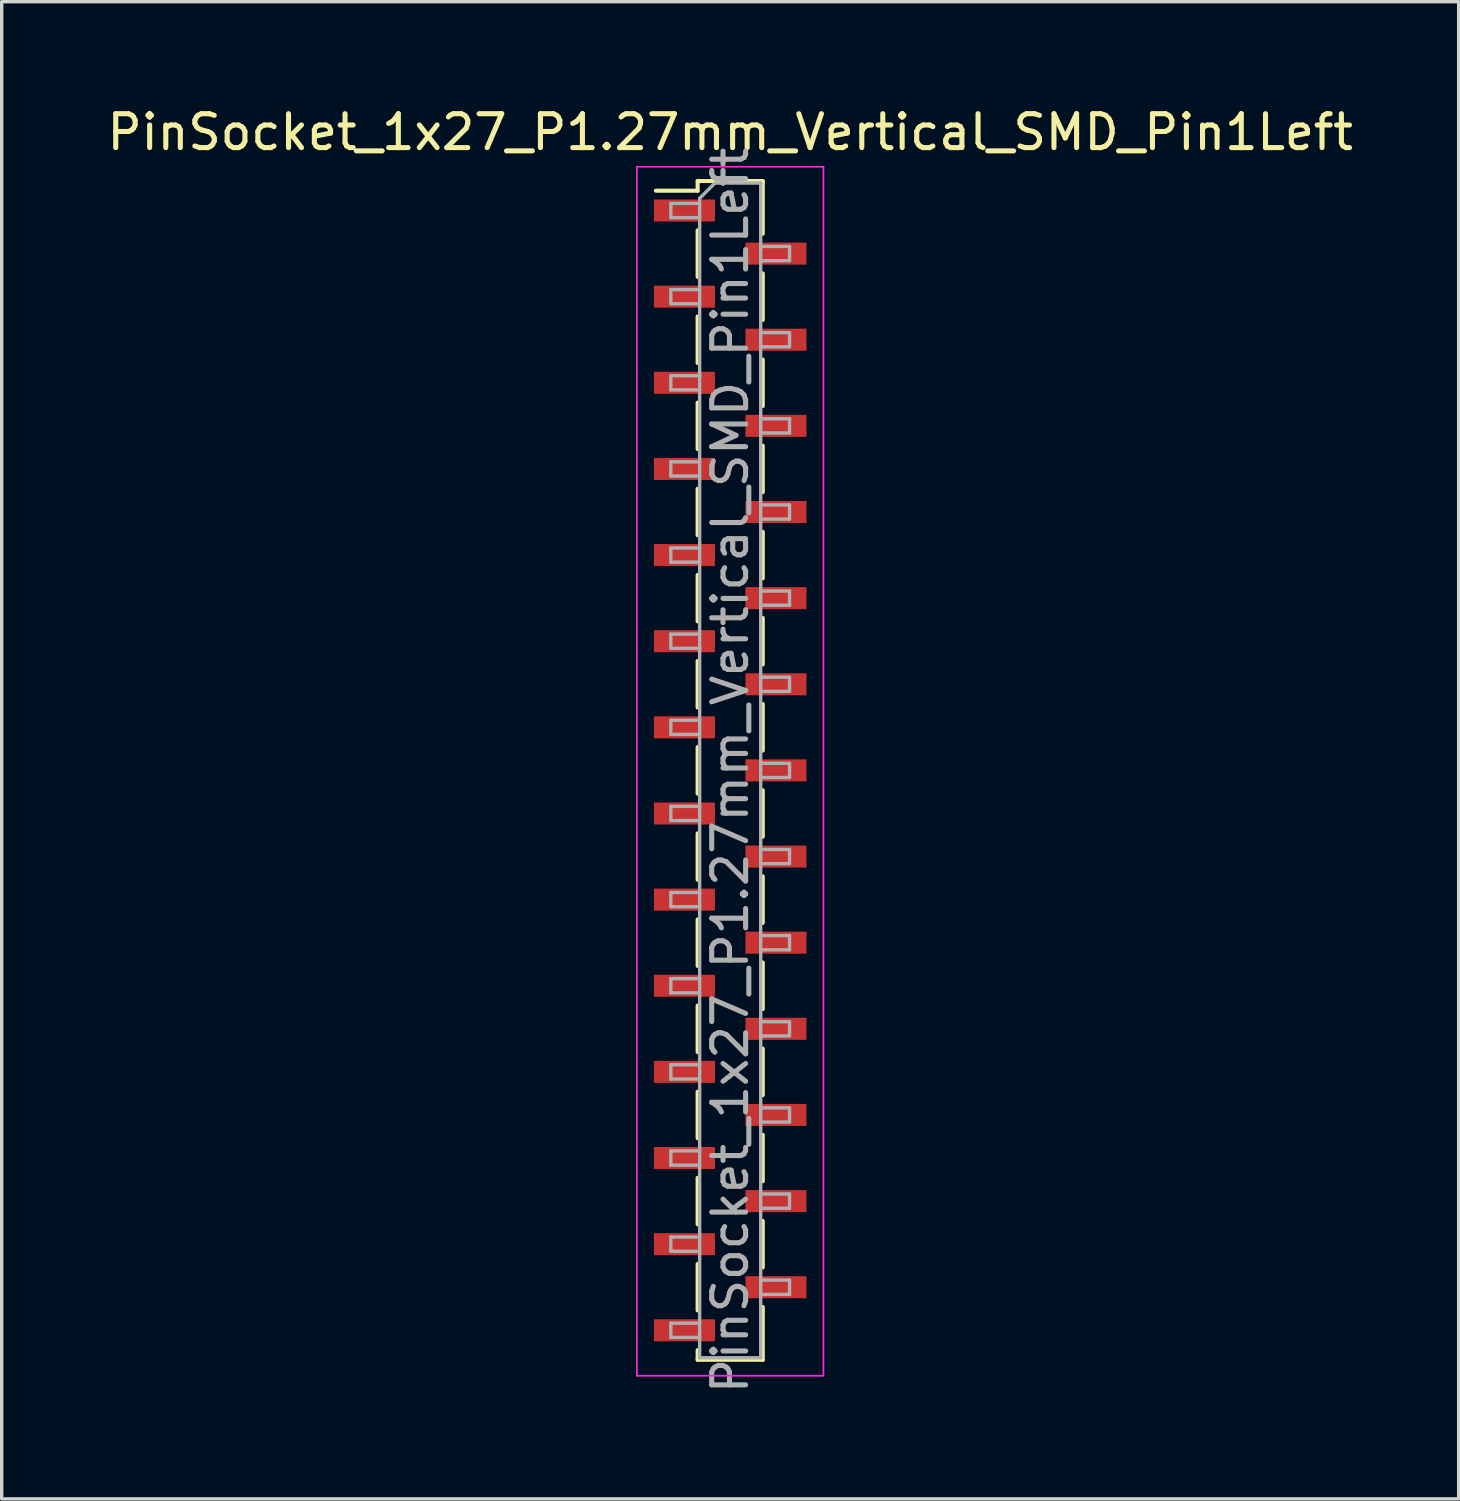
<source format=kicad_pcb>
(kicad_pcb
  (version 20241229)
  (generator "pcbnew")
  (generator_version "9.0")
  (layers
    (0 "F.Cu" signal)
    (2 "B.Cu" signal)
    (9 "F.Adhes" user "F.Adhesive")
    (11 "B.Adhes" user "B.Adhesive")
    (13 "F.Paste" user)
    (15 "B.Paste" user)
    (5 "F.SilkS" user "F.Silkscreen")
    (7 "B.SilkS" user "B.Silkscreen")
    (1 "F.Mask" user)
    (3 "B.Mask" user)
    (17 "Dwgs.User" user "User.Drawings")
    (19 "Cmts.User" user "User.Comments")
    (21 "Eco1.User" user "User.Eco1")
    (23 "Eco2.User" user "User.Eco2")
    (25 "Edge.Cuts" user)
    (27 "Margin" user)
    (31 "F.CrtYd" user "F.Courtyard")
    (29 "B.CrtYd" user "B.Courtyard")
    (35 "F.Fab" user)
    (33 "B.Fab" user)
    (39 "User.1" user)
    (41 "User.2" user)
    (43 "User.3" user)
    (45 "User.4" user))
  (footprint "PinSocket_1x27_P1.27mm_Vertical_SMD_Pin1Left"
    (layer "F.Cu")
    (at 18.482 19.668)
    (property "Reference" "PinSocket_1x27_P1.27mm_Vertical_SMD_Pin1Left" (at 0 -18.82 0) (layer "F.SilkS") (effects (font (size 1 1) (thickness 0.15))))
    (attr smd)
    (fp_line (start -2.19 -17.095) (end -0.96 -17.095) (stroke (width 0.12) (type solid)) (layer "F.SilkS"))
    (fp_line (start -0.96 -17.38) (end -0.96 -17.095) (stroke (width 0.12) (type solid)) (layer "F.SilkS"))
    (fp_line (start -0.96 -17.38) (end 0.96 -17.38) (stroke (width 0.12) (type solid)) (layer "F.SilkS"))
    (fp_line (start -0.96 -15.925) (end -0.96 -14.555) (stroke (width 0.12) (type solid)) (layer "F.SilkS"))
    (fp_line (start -0.96 -13.385) (end -0.96 -12.015) (stroke (width 0.12) (type solid)) (layer "F.SilkS"))
    (fp_line (start -0.96 -10.845) (end -0.96 -9.475) (stroke (width 0.12) (type solid)) (layer "F.SilkS"))
    (fp_line (start -0.96 -8.305) (end -0.96 -6.935) (stroke (width 0.12) (type solid)) (layer "F.SilkS"))
    (fp_line (start -0.96 -5.765) (end -0.96 -4.395) (stroke (width 0.12) (type solid)) (layer "F.SilkS"))
    (fp_line (start -0.96 -3.225) (end -0.96 -1.855) (stroke (width 0.12) (type solid)) (layer "F.SilkS"))
    (fp_line (start -0.96 -0.685) (end -0.96 0.685) (stroke (width 0.12) (type solid)) (layer "F.SilkS"))
    (fp_line (start -0.96 1.855) (end -0.96 3.225) (stroke (width 0.12) (type solid)) (layer "F.SilkS"))
    (fp_line (start -0.96 4.395) (end -0.96 5.765) (stroke (width 0.12) (type solid)) (layer "F.SilkS"))
    (fp_line (start -0.96 6.935) (end -0.96 8.305) (stroke (width 0.12) (type solid)) (layer "F.SilkS"))
    (fp_line (start -0.96 9.475) (end -0.96 10.845) (stroke (width 0.12) (type solid)) (layer "F.SilkS"))
    (fp_line (start -0.96 12.015) (end -0.96 13.385) (stroke (width 0.12) (type solid)) (layer "F.SilkS"))
    (fp_line (start -0.96 14.555) (end -0.96 15.925) (stroke (width 0.12) (type solid)) (layer "F.SilkS"))
    (fp_line (start -0.96 17.095) (end -0.96 17.38) (stroke (width 0.12) (type solid)) (layer "F.SilkS"))
    (fp_line (start -0.96 17.38) (end 0.96 17.38) (stroke (width 0.12) (type solid)) (layer "F.SilkS"))
    (fp_line (start 0.96 -17.38) (end 0.96 -15.825) (stroke (width 0.12) (type solid)) (layer "F.SilkS"))
    (fp_line (start 0.96 -14.655) (end 0.96 -13.285) (stroke (width 0.12) (type solid)) (layer "F.SilkS"))
    (fp_line (start 0.96 -12.115) (end 0.96 -10.745) (stroke (width 0.12) (type solid)) (layer "F.SilkS"))
    (fp_line (start 0.96 -9.575) (end 0.96 -8.205) (stroke (width 0.12) (type solid)) (layer "F.SilkS"))
    (fp_line (start 0.96 -7.035) (end 0.96 -5.665) (stroke (width 0.12) (type solid)) (layer "F.SilkS"))
    (fp_line (start 0.96 -4.495) (end 0.96 -3.125) (stroke (width 0.12) (type solid)) (layer "F.SilkS"))
    (fp_line (start 0.96 -1.955) (end 0.96 -0.585) (stroke (width 0.12) (type solid)) (layer "F.SilkS"))
    (fp_line (start 0.96 0.585) (end 0.96 1.955) (stroke (width 0.12) (type solid)) (layer "F.SilkS"))
    (fp_line (start 0.96 3.125) (end 0.96 4.495) (stroke (width 0.12) (type solid)) (layer "F.SilkS"))
    (fp_line (start 0.96 5.665) (end 0.96 7.035) (stroke (width 0.12) (type solid)) (layer "F.SilkS"))
    (fp_line (start 0.96 8.205) (end 0.96 9.575) (stroke (width 0.12) (type solid)) (layer "F.SilkS"))
    (fp_line (start 0.96 10.745) (end 0.96 12.115) (stroke (width 0.12) (type solid)) (layer "F.SilkS"))
    (fp_line (start 0.96 13.285) (end 0.96 14.655) (stroke (width 0.12) (type solid)) (layer "F.SilkS"))
    (fp_line (start 0.96 15.825) (end 0.96 17.38) (stroke (width 0.12) (type solid)) (layer "F.SilkS"))
    (fp_line (start -2.75 -17.8) (end 2.75 -17.8) (stroke (width 0.05) (type solid)) (layer "F.CrtYd"))
    (fp_line (start -2.75 17.85) (end -2.75 -17.8) (stroke (width 0.05) (type solid)) (layer "F.CrtYd"))
    (fp_line (start 2.75 -17.8) (end 2.75 17.85) (stroke (width 0.05) (type solid)) (layer "F.CrtYd"))
    (fp_line (start 2.75 17.85) (end -2.75 17.85) (stroke (width 0.05) (type solid)) (layer "F.CrtYd"))
    (fp_line (start -1.75 -16.72) (end -0.9 -16.72) (stroke (width 0.1) (type solid)) (layer "F.Fab"))
    (fp_line (start -1.75 -16.3) (end -1.75 -16.72) (stroke (width 0.1) (type solid)) (layer "F.Fab"))
    (fp_line (start -1.75 -14.18) (end -0.9 -14.18) (stroke (width 0.1) (type solid)) (layer "F.Fab"))
    (fp_line (start -1.75 -13.76) (end -1.75 -14.18) (stroke (width 0.1) (type solid)) (layer "F.Fab"))
    (fp_line (start -1.75 -11.64) (end -0.9 -11.64) (stroke (width 0.1) (type solid)) (layer "F.Fab"))
    (fp_line (start -1.75 -11.22) (end -1.75 -11.64) (stroke (width 0.1) (type solid)) (layer "F.Fab"))
    (fp_line (start -1.75 -9.1) (end -0.9 -9.1) (stroke (width 0.1) (type solid)) (layer "F.Fab"))
    (fp_line (start -1.75 -8.68) (end -1.75 -9.1) (stroke (width 0.1) (type solid)) (layer "F.Fab"))
    (fp_line (start -1.75 -6.56) (end -0.9 -6.56) (stroke (width 0.1) (type solid)) (layer "F.Fab"))
    (fp_line (start -1.75 -6.14) (end -1.75 -6.56) (stroke (width 0.1) (type solid)) (layer "F.Fab"))
    (fp_line (start -1.75 -4.02) (end -0.9 -4.02) (stroke (width 0.1) (type solid)) (layer "F.Fab"))
    (fp_line (start -1.75 -3.6) (end -1.75 -4.02) (stroke (width 0.1) (type solid)) (layer "F.Fab"))
    (fp_line (start -1.75 -1.48) (end -0.9 -1.48) (stroke (width 0.1) (type solid)) (layer "F.Fab"))
    (fp_line (start -1.75 -1.06) (end -1.75 -1.48) (stroke (width 0.1) (type solid)) (layer "F.Fab"))
    (fp_line (start -1.75 1.06) (end -0.9 1.06) (stroke (width 0.1) (type solid)) (layer "F.Fab"))
    (fp_line (start -1.75 1.48) (end -1.75 1.06) (stroke (width 0.1) (type solid)) (layer "F.Fab"))
    (fp_line (start -1.75 3.6) (end -0.9 3.6) (stroke (width 0.1) (type solid)) (layer "F.Fab"))
    (fp_line (start -1.75 4.02) (end -1.75 3.6) (stroke (width 0.1) (type solid)) (layer "F.Fab"))
    (fp_line (start -1.75 6.14) (end -0.9 6.14) (stroke (width 0.1) (type solid)) (layer "F.Fab"))
    (fp_line (start -1.75 6.56) (end -1.75 6.14) (stroke (width 0.1) (type solid)) (layer "F.Fab"))
    (fp_line (start -1.75 8.68) (end -0.9 8.68) (stroke (width 0.1) (type solid)) (layer "F.Fab"))
    (fp_line (start -1.75 9.1) (end -1.75 8.68) (stroke (width 0.1) (type solid)) (layer "F.Fab"))
    (fp_line (start -1.75 11.22) (end -0.9 11.22) (stroke (width 0.1) (type solid)) (layer "F.Fab"))
    (fp_line (start -1.75 11.64) (end -1.75 11.22) (stroke (width 0.1) (type solid)) (layer "F.Fab"))
    (fp_line (start -1.75 13.76) (end -0.9 13.76) (stroke (width 0.1) (type solid)) (layer "F.Fab"))
    (fp_line (start -1.75 14.18) (end -1.75 13.76) (stroke (width 0.1) (type solid)) (layer "F.Fab"))
    (fp_line (start -1.75 16.3) (end -0.9 16.3) (stroke (width 0.1) (type solid)) (layer "F.Fab"))
    (fp_line (start -1.75 16.72) (end -1.75 16.3) (stroke (width 0.1) (type solid)) (layer "F.Fab"))
    (fp_line (start -0.9 -16.87) (end -0.45 -17.32) (stroke (width 0.1) (type solid)) (layer "F.Fab"))
    (fp_line (start -0.9 -16.3) (end -1.75 -16.3) (stroke (width 0.1) (type solid)) (layer "F.Fab"))
    (fp_line (start -0.9 -13.76) (end -1.75 -13.76) (stroke (width 0.1) (type solid)) (layer "F.Fab"))
    (fp_line (start -0.9 -11.22) (end -1.75 -11.22) (stroke (width 0.1) (type solid)) (layer "F.Fab"))
    (fp_line (start -0.9 -8.68) (end -1.75 -8.68) (stroke (width 0.1) (type solid)) (layer "F.Fab"))
    (fp_line (start -0.9 -6.14) (end -1.75 -6.14) (stroke (width 0.1) (type solid)) (layer "F.Fab"))
    (fp_line (start -0.9 -3.6) (end -1.75 -3.6) (stroke (width 0.1) (type solid)) (layer "F.Fab"))
    (fp_line (start -0.9 -1.06) (end -1.75 -1.06) (stroke (width 0.1) (type solid)) (layer "F.Fab"))
    (fp_line (start -0.9 1.48) (end -1.75 1.48) (stroke (width 0.1) (type solid)) (layer "F.Fab"))
    (fp_line (start -0.9 4.02) (end -1.75 4.02) (stroke (width 0.1) (type solid)) (layer "F.Fab"))
    (fp_line (start -0.9 6.56) (end -1.75 6.56) (stroke (width 0.1) (type solid)) (layer "F.Fab"))
    (fp_line (start -0.9 9.1) (end -1.75 9.1) (stroke (width 0.1) (type solid)) (layer "F.Fab"))
    (fp_line (start -0.9 11.64) (end -1.75 11.64) (stroke (width 0.1) (type solid)) (layer "F.Fab"))
    (fp_line (start -0.9 14.18) (end -1.75 14.18) (stroke (width 0.1) (type solid)) (layer "F.Fab"))
    (fp_line (start -0.9 16.72) (end -1.75 16.72) (stroke (width 0.1) (type solid)) (layer "F.Fab"))
    (fp_line (start -0.9 17.32) (end -0.9 -16.87) (stroke (width 0.1) (type solid)) (layer "F.Fab"))
    (fp_line (start -0.45 -17.32) (end 0.9 -17.32) (stroke (width 0.1) (type solid)) (layer "F.Fab"))
    (fp_line (start 0.9 -17.32) (end 0.9 17.32) (stroke (width 0.1) (type solid)) (layer "F.Fab"))
    (fp_line (start 0.9 -15.45) (end 1.75 -15.45) (stroke (width 0.1) (type solid)) (layer "F.Fab"))
    (fp_line (start 0.9 -12.91) (end 1.75 -12.91) (stroke (width 0.1) (type solid)) (layer "F.Fab"))
    (fp_line (start 0.9 -10.37) (end 1.75 -10.37) (stroke (width 0.1) (type solid)) (layer "F.Fab"))
    (fp_line (start 0.9 -7.83) (end 1.75 -7.83) (stroke (width 0.1) (type solid)) (layer "F.Fab"))
    (fp_line (start 0.9 -5.29) (end 1.75 -5.29) (stroke (width 0.1) (type solid)) (layer "F.Fab"))
    (fp_line (start 0.9 -2.75) (end 1.75 -2.75) (stroke (width 0.1) (type solid)) (layer "F.Fab"))
    (fp_line (start 0.9 -0.21) (end 1.75 -0.21) (stroke (width 0.1) (type solid)) (layer "F.Fab"))
    (fp_line (start 0.9 2.33) (end 1.75 2.33) (stroke (width 0.1) (type solid)) (layer "F.Fab"))
    (fp_line (start 0.9 4.87) (end 1.75 4.87) (stroke (width 0.1) (type solid)) (layer "F.Fab"))
    (fp_line (start 0.9 7.41) (end 1.75 7.41) (stroke (width 0.1) (type solid)) (layer "F.Fab"))
    (fp_line (start 0.9 9.95) (end 1.75 9.95) (stroke (width 0.1) (type solid)) (layer "F.Fab"))
    (fp_line (start 0.9 12.49) (end 1.75 12.49) (stroke (width 0.1) (type solid)) (layer "F.Fab"))
    (fp_line (start 0.9 15.03) (end 1.75 15.03) (stroke (width 0.1) (type solid)) (layer "F.Fab"))
    (fp_line (start 0.9 17.32) (end -0.9 17.32) (stroke (width 0.1) (type solid)) (layer "F.Fab"))
    (fp_line (start 1.75 -15.45) (end 1.75 -15.03) (stroke (width 0.1) (type solid)) (layer "F.Fab"))
    (fp_line (start 1.75 -15.03) (end 0.9 -15.03) (stroke (width 0.1) (type solid)) (layer "F.Fab"))
    (fp_line (start 1.75 -12.91) (end 1.75 -12.49) (stroke (width 0.1) (type solid)) (layer "F.Fab"))
    (fp_line (start 1.75 -12.49) (end 0.9 -12.49) (stroke (width 0.1) (type solid)) (layer "F.Fab"))
    (fp_line (start 1.75 -10.37) (end 1.75 -9.95) (stroke (width 0.1) (type solid)) (layer "F.Fab"))
    (fp_line (start 1.75 -9.95) (end 0.9 -9.95) (stroke (width 0.1) (type solid)) (layer "F.Fab"))
    (fp_line (start 1.75 -7.83) (end 1.75 -7.41) (stroke (width 0.1) (type solid)) (layer "F.Fab"))
    (fp_line (start 1.75 -7.41) (end 0.9 -7.41) (stroke (width 0.1) (type solid)) (layer "F.Fab"))
    (fp_line (start 1.75 -5.29) (end 1.75 -4.87) (stroke (width 0.1) (type solid)) (layer "F.Fab"))
    (fp_line (start 1.75 -4.87) (end 0.9 -4.87) (stroke (width 0.1) (type solid)) (layer "F.Fab"))
    (fp_line (start 1.75 -2.75) (end 1.75 -2.33) (stroke (width 0.1) (type solid)) (layer "F.Fab"))
    (fp_line (start 1.75 -2.33) (end 0.9 -2.33) (stroke (width 0.1) (type solid)) (layer "F.Fab"))
    (fp_line (start 1.75 -0.21) (end 1.75 0.21) (stroke (width 0.1) (type solid)) (layer "F.Fab"))
    (fp_line (start 1.75 0.21) (end 0.9 0.21) (stroke (width 0.1) (type solid)) (layer "F.Fab"))
    (fp_line (start 1.75 2.33) (end 1.75 2.75) (stroke (width 0.1) (type solid)) (layer "F.Fab"))
    (fp_line (start 1.75 2.75) (end 0.9 2.75) (stroke (width 0.1) (type solid)) (layer "F.Fab"))
    (fp_line (start 1.75 4.87) (end 1.75 5.29) (stroke (width 0.1) (type solid)) (layer "F.Fab"))
    (fp_line (start 1.75 5.29) (end 0.9 5.29) (stroke (width 0.1) (type solid)) (layer "F.Fab"))
    (fp_line (start 1.75 7.41) (end 1.75 7.83) (stroke (width 0.1) (type solid)) (layer "F.Fab"))
    (fp_line (start 1.75 7.83) (end 0.9 7.83) (stroke (width 0.1) (type solid)) (layer "F.Fab"))
    (fp_line (start 1.75 9.95) (end 1.75 10.37) (stroke (width 0.1) (type solid)) (layer "F.Fab"))
    (fp_line (start 1.75 10.37) (end 0.9 10.37) (stroke (width 0.1) (type solid)) (layer "F.Fab"))
    (fp_line (start 1.75 12.49) (end 1.75 12.91) (stroke (width 0.1) (type solid)) (layer "F.Fab"))
    (fp_line (start 1.75 12.91) (end 0.9 12.91) (stroke (width 0.1) (type solid)) (layer "F.Fab"))
    (fp_line (start 1.75 15.03) (end 1.75 15.45) (stroke (width 0.1) (type solid)) (layer "F.Fab"))
    (fp_line (start 1.75 15.45) (end 0.9 15.45) (stroke (width 0.1) (type solid)) (layer "F.Fab"))
    (fp_text user "${REFERENCE}" (at 0 0 90) (layer "F.Fab") (effects (font (size 1 1) (thickness 0.15))))
    (pad "1" smd rect (at -1.35 -16.51) (size 1.8 0.65) (layers "F.Cu" "F.Mask" "F.Paste"))
    (pad "2" smd rect (at 1.35 -15.24) (size 1.8 0.65) (layers "F.Cu" "F.Mask" "F.Paste"))
    (pad "3" smd rect (at -1.35 -13.97) (size 1.8 0.65) (layers "F.Cu" "F.Mask" "F.Paste"))
    (pad "4" smd rect (at 1.35 -12.7) (size 1.8 0.65) (layers "F.Cu" "F.Mask" "F.Paste"))
    (pad "5" smd rect (at -1.35 -11.43) (size 1.8 0.65) (layers "F.Cu" "F.Mask" "F.Paste"))
    (pad "6" smd rect (at 1.35 -10.16) (size 1.8 0.65) (layers "F.Cu" "F.Mask" "F.Paste"))
    (pad "7" smd rect (at -1.35 -8.89) (size 1.8 0.65) (layers "F.Cu" "F.Mask" "F.Paste"))
    (pad "8" smd rect (at 1.35 -7.62) (size 1.8 0.65) (layers "F.Cu" "F.Mask" "F.Paste"))
    (pad "9" smd rect (at -1.35 -6.35) (size 1.8 0.65) (layers "F.Cu" "F.Mask" "F.Paste"))
    (pad "10" smd rect (at 1.35 -5.08) (size 1.8 0.65) (layers "F.Cu" "F.Mask" "F.Paste"))
    (pad "11" smd rect (at -1.35 -3.81) (size 1.8 0.65) (layers "F.Cu" "F.Mask" "F.Paste"))
    (pad "12" smd rect (at 1.35 -2.54) (size 1.8 0.65) (layers "F.Cu" "F.Mask" "F.Paste"))
    (pad "13" smd rect (at -1.35 -1.27) (size 1.8 0.65) (layers "F.Cu" "F.Mask" "F.Paste"))
    (pad "14" smd rect (at 1.35 0) (size 1.8 0.65) (layers "F.Cu" "F.Mask" "F.Paste"))
    (pad "15" smd rect (at -1.35 1.27) (size 1.8 0.65) (layers "F.Cu" "F.Mask" "F.Paste"))
    (pad "16" smd rect (at 1.35 2.54) (size 1.8 0.65) (layers "F.Cu" "F.Mask" "F.Paste"))
    (pad "17" smd rect (at -1.35 3.81) (size 1.8 0.65) (layers "F.Cu" "F.Mask" "F.Paste"))
    (pad "18" smd rect (at 1.35 5.08) (size 1.8 0.65) (layers "F.Cu" "F.Mask" "F.Paste"))
    (pad "19" smd rect (at -1.35 6.35) (size 1.8 0.65) (layers "F.Cu" "F.Mask" "F.Paste"))
    (pad "20" smd rect (at 1.35 7.62) (size 1.8 0.65) (layers "F.Cu" "F.Mask" "F.Paste"))
    (pad "21" smd rect (at -1.35 8.89) (size 1.8 0.65) (layers "F.Cu" "F.Mask" "F.Paste"))
    (pad "22" smd rect (at 1.35 10.16) (size 1.8 0.65) (layers "F.Cu" "F.Mask" "F.Paste"))
    (pad "23" smd rect (at -1.35 11.43) (size 1.8 0.65) (layers "F.Cu" "F.Mask" "F.Paste"))
    (pad "24" smd rect (at 1.35 12.7) (size 1.8 0.65) (layers "F.Cu" "F.Mask" "F.Paste"))
    (pad "25" smd rect (at -1.35 13.97) (size 1.8 0.65) (layers "F.Cu" "F.Mask" "F.Paste"))
    (pad "26" smd rect (at 1.35 15.24) (size 1.8 0.65) (layers "F.Cu" "F.Mask" "F.Paste"))
    (pad "27" smd rect (at -1.35 16.51) (size 1.8 0.65) (layers "F.Cu" "F.Mask" "F.Paste")))
  (gr_rect
    (start -3 -3)
    (end 39.964 41.15)
    (stroke (width 0.1) (type default))
    (fill no)
    (layer "Edge.Cuts")))
</source>
